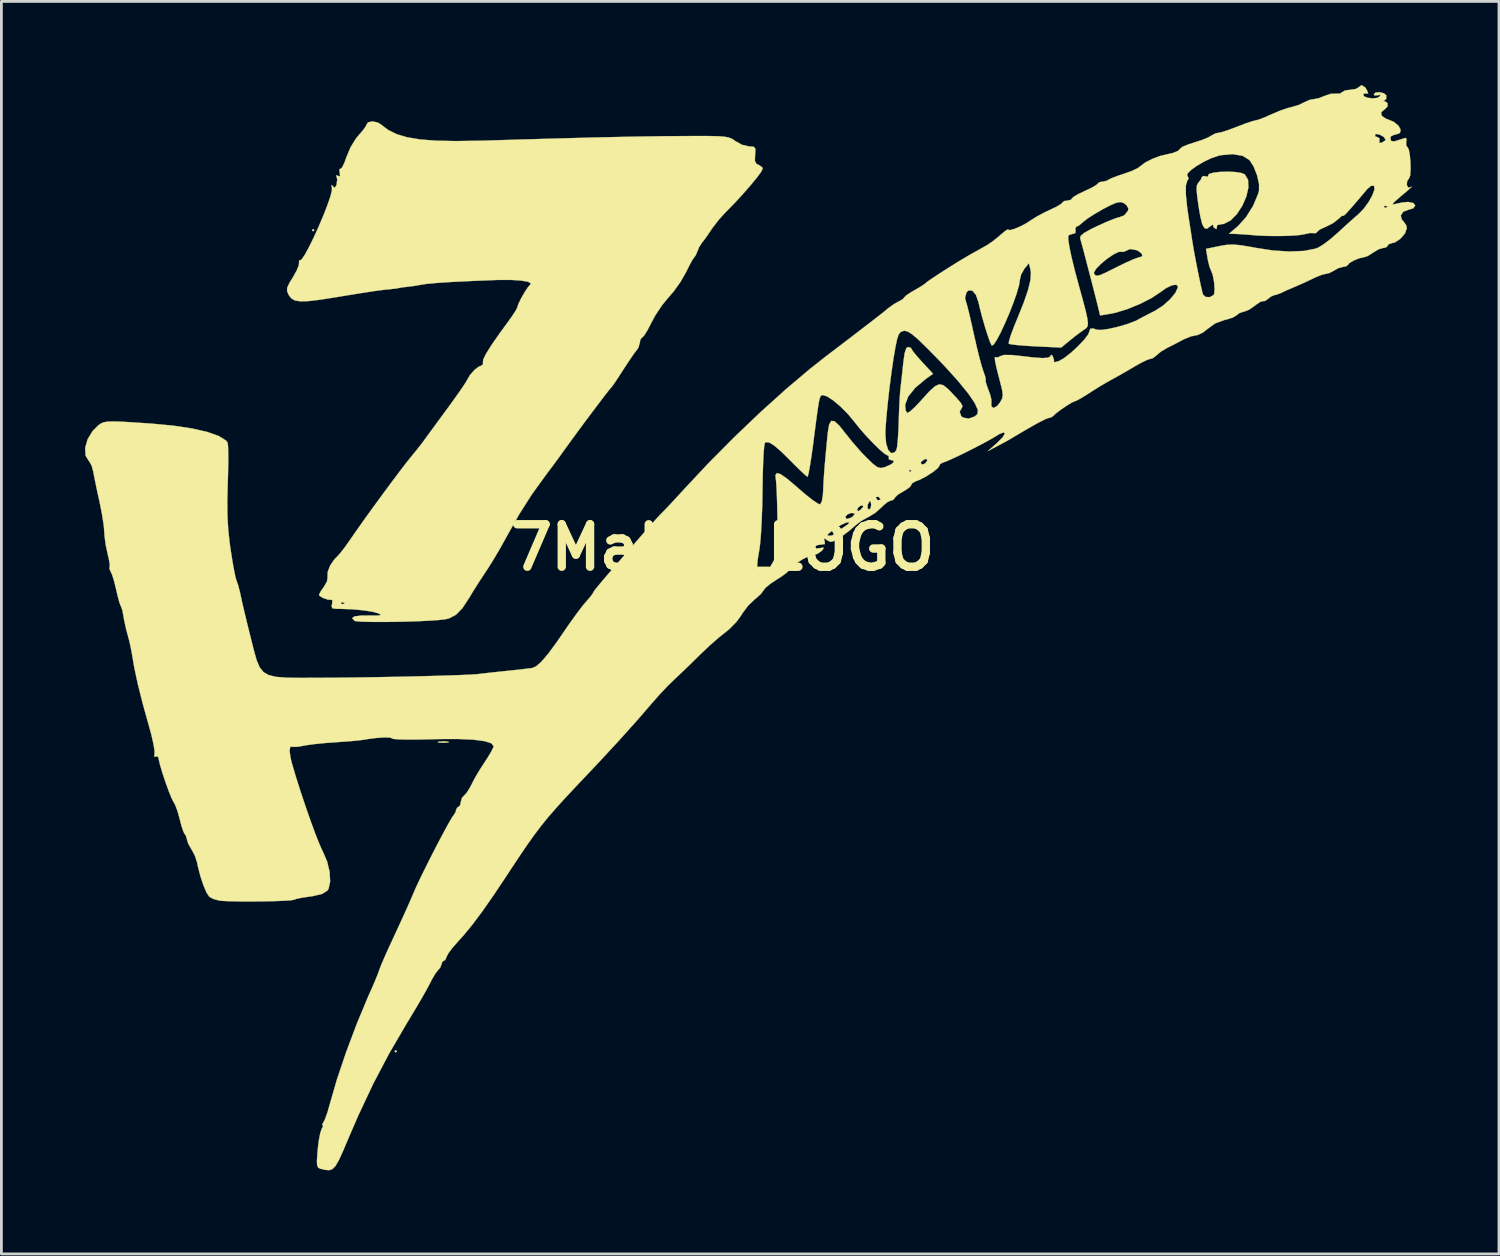
<source format=kicad_pcb>
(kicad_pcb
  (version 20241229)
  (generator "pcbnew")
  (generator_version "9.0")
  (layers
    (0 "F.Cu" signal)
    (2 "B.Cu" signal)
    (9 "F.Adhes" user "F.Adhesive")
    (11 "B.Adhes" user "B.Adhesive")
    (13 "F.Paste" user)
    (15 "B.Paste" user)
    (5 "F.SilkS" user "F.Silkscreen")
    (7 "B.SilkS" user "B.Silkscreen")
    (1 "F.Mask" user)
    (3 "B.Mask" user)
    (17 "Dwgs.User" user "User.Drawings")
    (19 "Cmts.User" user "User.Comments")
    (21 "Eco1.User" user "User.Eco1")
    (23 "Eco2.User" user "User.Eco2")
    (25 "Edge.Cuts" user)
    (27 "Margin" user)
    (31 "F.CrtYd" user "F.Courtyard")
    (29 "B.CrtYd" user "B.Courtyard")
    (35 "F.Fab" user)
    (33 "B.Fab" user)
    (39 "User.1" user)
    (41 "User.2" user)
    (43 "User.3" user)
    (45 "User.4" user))
  (footprint "7Maker_LOGO"
    (layer "F.Cu")
    (at 22.876 16.596)
    (property "Reference" "7Maker_LOGO" (at 0 0 0) (layer "F.SilkS") (effects (font (size 1.524 1.524) (thickness 0.3))))
    (attr through_hole)
    (fp_poly (pts (xy -14.647 -11.388) (xy -14.69 -11.345) (xy -14.732 -11.388) (xy -14.69 -11.43) (xy -14.647 -11.388)) (stroke (width 0.01) (type solid)) (fill yes) (layer "F.SilkS"))
    (fp_poly (pts (xy -11.684 18.076) (xy -11.726 18.119) (xy -11.769 18.076) (xy -11.726 18.034) (xy -11.684 18.076)) (stroke (width 0.01) (type solid)) (fill yes) (layer "F.SilkS"))
    (fp_poly (pts (xy -9.842 6.969) (xy -9.822 6.992) (xy -9.943 7.005) (xy -10.033 7.006) (xy -10.197 6.998) (xy -10.222 6.979) (xy -10.18 6.967) (xy -9.96 6.954) (xy -9.842 6.969)) (stroke (width 0.01) (type solid)) (fill yes) (layer "F.SilkS"))
    (fp_poly (pts (xy 18.402 -13.474) (xy 18.623 -13.438) (xy 18.741 -13.388) (xy 18.857 -13.191) (xy 18.868 -12.914) (xy 18.794 -12.592) (xy 18.651 -12.264) (xy 18.457 -11.967) (xy 18.231 -11.737) (xy 17.988 -11.612) (xy 17.89 -11.599) (xy 17.753 -11.571) (xy 17.738 -11.515) (xy 17.731 -11.437) (xy 17.7 -11.43) (xy 17.616 -11.496) (xy 17.611 -11.532) (xy 17.586 -11.591) (xy 17.509 -11.532) (xy 17.386 -11.441) (xy 17.291 -11.46) (xy 17.212 -11.603) (xy 17.142 -11.888) (xy 17.086 -12.213) (xy 17.032 -12.595) (xy 17.01 -12.845) (xy 17.021 -12.995) (xy 17.064 -13.078) (xy 17.076 -13.09) (xy 17.174 -13.222) (xy 17.187 -13.278) (xy 17.25 -13.333) (xy 17.328 -13.318) (xy 17.423 -13.307) (xy 17.421 -13.342) (xy 17.455 -13.404) (xy 17.613 -13.45) (xy 17.853 -13.478) (xy 18.131 -13.486) (xy 18.402 -13.474)) (stroke (width 0.01) (type solid)) (fill yes) (layer "F.SilkS"))
    (fp_poly (pts (xy -12.368 -15.249) (xy -12.248 -15.173) (xy -11.995 -14.981) (xy -11.69 -14.831) (xy -11.313 -14.719) (xy -10.848 -14.642) (xy -10.274 -14.598) (xy -9.573 -14.584) (xy -8.727 -14.596) (xy -8.561 -14.6) (xy -7.37 -14.636) (xy -6.329 -14.666) (xy -5.418 -14.691) (xy -4.619 -14.712) (xy -3.91 -14.728) (xy -3.274 -14.741) (xy -2.69 -14.751) (xy -2.139 -14.758) (xy -1.602 -14.762) (xy -1.522 -14.763) (xy -0.936 -14.766) (xy -0.495 -14.765) (xy -0.174 -14.758) (xy 0.052 -14.743) (xy 0.208 -14.716) (xy 0.318 -14.677) (xy 0.407 -14.623) (xy 0.458 -14.584) (xy 0.695 -14.452) (xy 0.939 -14.394) (xy 0.952 -14.393) (xy 1.116 -14.381) (xy 1.178 -14.309) (xy 1.173 -14.128) (xy 1.168 -14.085) (xy 1.161 -13.868) (xy 1.221 -13.763) (xy 1.286 -13.736) (xy 1.415 -13.653) (xy 1.439 -13.588) (xy 1.384 -13.48) (xy 1.236 -13.278) (xy 1.017 -13.012) (xy 0.753 -12.709) (xy 0.468 -12.397) (xy 0.185 -12.105) (xy 0.112 -12.033) (xy -0.127 -11.771) (xy -0.357 -11.473) (xy -0.408 -11.398) (xy -0.563 -11.169) (xy -0.694 -10.991) (xy -0.735 -10.943) (xy -0.842 -10.777) (xy -0.895 -10.646) (xy -0.965 -10.48) (xy -1.016 -10.414) (xy -1.082 -10.32) (xy -1.192 -10.118) (xy -1.31 -9.879) (xy -1.508 -9.531) (xy -1.764 -9.176) (xy -1.921 -8.996) (xy -2.167 -8.699) (xy -2.41 -8.335) (xy -2.553 -8.07) (xy -2.689 -7.805) (xy -2.807 -7.614) (xy -2.882 -7.536) (xy -2.885 -7.535) (xy -2.949 -7.465) (xy -2.963 -7.372) (xy -3.017 -7.175) (xy -3.07 -7.097) (xy -3.164 -6.976) (xy -3.318 -6.753) (xy -3.504 -6.472) (xy -3.555 -6.392) (xy -3.735 -6.114) (xy -3.882 -5.895) (xy -3.971 -5.771) (xy -3.983 -5.757) (xy -4.057 -5.671) (xy -4.21 -5.475) (xy -4.423 -5.196) (xy -4.675 -4.861) (xy -4.948 -4.497) (xy -5.219 -4.13) (xy -5.47 -3.788) (xy -5.68 -3.497) (xy -5.729 -3.429) (xy -5.906 -3.184) (xy -6.135 -2.874) (xy -6.354 -2.582) (xy -6.849 -1.896) (xy -7.289 -1.205) (xy -7.725 -0.433) (xy -7.744 -0.397) (xy -7.965 0.001) (xy -8.208 0.415) (xy -8.432 0.773) (xy -8.499 0.873) (xy -8.717 1.203) (xy -8.934 1.545) (xy -9.087 1.799) (xy -9.333 2.174) (xy -9.565 2.413) (xy -9.815 2.543) (xy -9.934 2.572) (xy -10.163 2.6) (xy -10.501 2.624) (xy -10.917 2.644) (xy -11.376 2.659) (xy -11.846 2.668) (xy -12.294 2.671) (xy -12.686 2.668) (xy -12.99 2.658) (xy -13.173 2.64) (xy -13.206 2.629) (xy -13.29 2.536) (xy -13.212 2.473) (xy -12.972 2.441) (xy -12.679 2.439) (xy -12.403 2.441) (xy -12.277 2.429) (xy -12.281 2.398) (xy -12.361 2.358) (xy -12.574 2.301) (xy -12.903 2.252) (xy -13.295 2.216) (xy -13.696 2.201) (xy -13.828 2.201) (xy -13.994 2.185) (xy -14.031 2.107) (xy -14.012 2.032) (xy -14.005 1.976) (xy -13.688 1.976) (xy -13.676 2.026) (xy -13.631 2.032) (xy -13.562 2.001) (xy -13.575 1.976) (xy -13.675 1.965) (xy -13.688 1.976) (xy -14.005 1.976) (xy -13.996 1.903) (xy -14.027 1.877) (xy -14.165 1.868) (xy -14.336 1.81) (xy -14.459 1.734) (xy -14.478 1.699) (xy -14.43 1.592) (xy -14.314 1.423) (xy -14.301 1.406) (xy -14.193 1.216) (xy -14.17 1.06) (xy -14.173 1.05) (xy -14.168 0.872) (xy -14.075 0.64) (xy -13.924 0.419) (xy -13.84 0.336) (xy -13.723 0.209) (xy -13.551 -0.013) (xy -13.36 -0.283) (xy -13.353 -0.293) (xy -13.127 -0.62) (xy -12.841 -1.024) (xy -12.517 -1.473) (xy -12.178 -1.936) (xy -11.849 -2.38) (xy -11.552 -2.775) (xy -11.311 -3.087) (xy -11.176 -3.255) (xy -10.976 -3.499) (xy -10.798 -3.726) (xy -10.732 -3.815) (xy -10.627 -3.959) (xy -10.446 -4.207) (xy -10.212 -4.526) (xy -9.949 -4.884) (xy -9.898 -4.953) (xy -9.643 -5.305) (xy -9.423 -5.615) (xy -9.26 -5.855) (xy -9.173 -5.996) (xy -9.166 -6.011) (xy -9.059 -6.195) (xy -8.898 -6.375) (xy -8.737 -6.497) (xy -8.666 -6.519) (xy -8.593 -6.579) (xy -8.6 -6.632) (xy -8.586 -6.749) (xy -8.482 -6.96) (xy -8.284 -7.275) (xy -7.986 -7.703) (xy -7.724 -8.061) (xy -7.547 -8.309) (xy -7.419 -8.505) (xy -7.366 -8.61) (xy -7.366 -8.612) (xy -7.324 -8.744) (xy -7.221 -8.953) (xy -7.092 -9.176) (xy -6.973 -9.353) (xy -6.914 -9.414) (xy -6.879 -9.483) (xy -6.992 -9.539) (xy -7.234 -9.58) (xy -7.582 -9.602) (xy -8.017 -9.602) (xy -8.128 -9.599) (xy -9.004 -9.564) (xy -9.712 -9.529) (xy -10.252 -9.494) (xy -10.625 -9.459) (xy -10.795 -9.433) (xy -11.079 -9.384) (xy -11.303 -9.356) (xy -11.497 -9.334) (xy -11.599 -9.315) (xy -11.704 -9.295) (xy -11.906 -9.272) (xy -11.94 -9.268) (xy -12.14 -9.248) (xy -12.364 -9.22) (xy -12.642 -9.18) (xy -13.005 -9.123) (xy -13.482 -9.046) (xy -13.928 -8.972) (xy -14.466 -8.888) (xy -14.865 -8.841) (xy -15.148 -8.833) (xy -15.342 -8.865) (xy -15.471 -8.938) (xy -15.561 -9.053) (xy -15.565 -9.061) (xy -15.625 -9.194) (xy -15.622 -9.319) (xy -15.544 -9.488) (xy -15.418 -9.694) (xy -15.281 -9.938) (xy -15.202 -10.137) (xy -15.195 -10.226) (xy -15.197 -10.302) (xy -15.169 -10.296) (xy -15.098 -10.343) (xy -14.981 -10.518) (xy -14.833 -10.792) (xy -14.665 -11.134) (xy -14.493 -11.513) (xy -14.328 -11.9) (xy -14.186 -12.263) (xy -14.078 -12.573) (xy -14.019 -12.8) (xy -14.015 -12.899) (xy -14.036 -13.011) (xy -13.991 -12.973) (xy -13.985 -12.964) (xy -13.913 -12.905) (xy -13.857 -12.996) (xy -13.847 -13.027) (xy -13.826 -13.213) (xy -13.851 -13.305) (xy -13.862 -13.363) (xy -13.8 -13.335) (xy -13.725 -13.32) (xy -13.734 -13.439) (xy -13.737 -13.449) (xy -13.748 -13.573) (xy -13.713 -13.587) (xy -13.652 -13.636) (xy -13.567 -13.809) (xy -13.492 -14.017) (xy -13.347 -14.362) (xy -13.153 -14.678) (xy -13.063 -14.787) (xy -12.9 -14.975) (xy -12.799 -15.117) (xy -12.785 -15.156) (xy -12.718 -15.258) (xy -12.558 -15.289) (xy -12.368 -15.249)) (stroke (width 0.01) (type solid)) (fill yes) (layer "F.SilkS"))
    (fp_poly (pts (xy 23.058 -16.51) (xy 23.119 -16.415) (xy 23.166 -16.295) (xy 23.128 -16.289) (xy 23.015 -16.289) (xy 22.992 -16.264) (xy 23.016 -16.19) (xy 23.148 -16.138) (xy 23.327 -16.116) (xy 23.493 -16.134) (xy 23.567 -16.175) (xy 23.613 -16.248) (xy 23.521 -16.231) (xy 23.516 -16.229) (xy 23.394 -16.221) (xy 23.368 -16.259) (xy 23.434 -16.327) (xy 23.581 -16.338) (xy 23.736 -16.296) (xy 23.82 -16.219) (xy 23.808 -16.09) (xy 23.765 -16.056) (xy 23.713 -16.019) (xy 23.77 -16.009) (xy 23.864 -15.945) (xy 23.859 -15.825) (xy 23.762 -15.723) (xy 23.749 -15.717) (xy 23.632 -15.616) (xy 23.654 -15.49) (xy 23.801 -15.386) (xy 23.855 -15.369) (xy 24.089 -15.272) (xy 24.253 -15.135) (xy 24.331 -14.992) (xy 24.306 -14.875) (xy 24.162 -14.818) (xy 24.125 -14.817) (xy 23.991 -14.762) (xy 23.961 -14.69) (xy 23.991 -14.588) (xy 24.104 -14.573) (xy 24.331 -14.643) (xy 24.347 -14.649) (xy 24.504 -14.697) (xy 24.547 -14.657) (xy 24.53 -14.569) (xy 24.531 -14.422) (xy 24.573 -14.373) (xy 24.624 -14.279) (xy 24.662 -14.072) (xy 24.684 -13.809) (xy 24.688 -13.546) (xy 24.671 -13.339) (xy 24.633 -13.247) (xy 24.565 -13.147) (xy 24.553 -13.015) (xy 24.594 -12.921) (xy 24.659 -12.92) (xy 24.728 -12.953) (xy 24.698 -12.913) (xy 24.559 -12.789) (xy 24.3 -12.571) (xy 24.299 -12.57) (xy 24.104 -12.399) (xy 24.039 -12.318) (xy 24.097 -12.314) (xy 24.13 -12.324) (xy 24.38 -12.38) (xy 24.596 -12.4) (xy 24.791 -12.36) (xy 24.855 -12.267) (xy 24.782 -12.17) (xy 24.624 -12.124) (xy 24.427 -12.05) (xy 24.335 -11.915) (xy 24.371 -11.768) (xy 24.422 -11.719) (xy 24.534 -11.558) (xy 24.553 -11.457) (xy 24.485 -11.268) (xy 24.321 -11.077) (xy 24.124 -10.946) (xy 24.019 -10.922) (xy 23.896 -10.881) (xy 23.876 -10.837) (xy 23.806 -10.767) (xy 23.718 -10.753) (xy 23.542 -10.702) (xy 23.345 -10.583) (xy 23.159 -10.464) (xy 23.013 -10.414) (xy 23.012 -10.414) (xy 22.849 -10.38) (xy 22.654 -10.301) (xy 22.495 -10.208) (xy 22.437 -10.139) (xy 22.366 -10.085) (xy 22.284 -10.075) (xy 22.096 -10.026) (xy 21.966 -9.951) (xy 21.78 -9.851) (xy 21.662 -9.824) (xy 21.501 -9.786) (xy 21.271 -9.693) (xy 21.196 -9.657) (xy 20.889 -9.51) (xy 20.568 -9.369) (xy 20.532 -9.354) (xy 20.284 -9.248) (xy 20.083 -9.156) (xy 20.046 -9.137) (xy 19.878 -9.071) (xy 19.807 -9.059) (xy 19.677 -9.005) (xy 19.587 -8.932) (xy 19.46 -8.845) (xy 19.398 -8.842) (xy 19.3 -8.817) (xy 19.137 -8.708) (xy 19.095 -8.674) (xy 18.898 -8.536) (xy 18.728 -8.468) (xy 18.709 -8.467) (xy 18.531 -8.406) (xy 18.463 -8.346) (xy 18.319 -8.255) (xy 18.087 -8.181) (xy 18.023 -8.169) (xy 17.674 -8.041) (xy 17.433 -7.866) (xy 17.228 -7.708) (xy 17.034 -7.621) (xy 16.994 -7.616) (xy 16.797 -7.573) (xy 16.554 -7.473) (xy 16.51 -7.45) (xy 16.237 -7.305) (xy 15.972 -7.172) (xy 15.953 -7.162) (xy 15.738 -7.036) (xy 15.584 -6.907) (xy 15.583 -6.905) (xy 15.44 -6.795) (xy 15.36 -6.773) (xy 15.232 -6.732) (xy 15.012 -6.625) (xy 14.799 -6.505) (xy 14.499 -6.328) (xy 14.206 -6.161) (xy 14.055 -6.077) (xy 13.792 -5.932) (xy 13.554 -5.792) (xy 13.276 -5.618) (xy 13.062 -5.48) (xy 12.844 -5.347) (xy 12.686 -5.264) (xy 12.643 -5.249) (xy 12.537 -5.204) (xy 12.352 -5.091) (xy 12.143 -4.949) (xy 11.964 -4.814) (xy 11.87 -4.725) (xy 11.867 -4.72) (xy 11.77 -4.661) (xy 11.728 -4.657) (xy 11.593 -4.611) (xy 11.327 -4.476) (xy 10.938 -4.257) (xy 10.435 -3.96) (xy 10.329 -3.896) (xy 10.178 -3.81) (xy 9.95 -3.687) (xy 9.864 -3.641) (xy 9.525 -3.464) (xy 9.859 -3.761) (xy 10.051 -3.956) (xy 10.128 -4.086) (xy 10.092 -4.132) (xy 9.943 -4.077) (xy 9.845 -4.017) (xy 9.638 -3.893) (xy 9.347 -3.734) (xy 9.01 -3.559) (xy 8.662 -3.384) (xy 8.34 -3.23) (xy 8.081 -3.113) (xy 7.922 -3.052) (xy 7.897 -3.048) (xy 7.797 -2.983) (xy 7.789 -2.942) (xy 7.72 -2.844) (xy 7.546 -2.706) (xy 7.317 -2.558) (xy 7.08 -2.433) (xy 6.917 -2.371) (xy 6.795 -2.3) (xy 6.776 -2.25) (xy 6.716 -2.165) (xy 6.551 -2.051) (xy 6.485 -2.015) (xy 6.293 -1.898) (xy 6.188 -1.797) (xy 6.181 -1.776) (xy 6.112 -1.703) (xy 6.054 -1.693) (xy 5.92 -1.634) (xy 5.747 -1.488) (xy 5.708 -1.446) (xy 5.486 -1.248) (xy 5.24 -1.098) (xy 5.22 -1.089) (xy 4.964 -0.947) (xy 4.755 -0.782) (xy 4.556 -0.609) (xy 4.302 -0.418) (xy 4.226 -0.366) (xy 4.013 -0.238) (xy 3.88 -0.202) (xy 3.773 -0.248) (xy 3.752 -0.264) (xy 3.65 -0.336) (xy 3.646 -0.284) (xy 3.664 -0.234) (xy 3.671 -0.124) (xy 3.548 -0.107) (xy 3.541 -0.107) (xy 3.383 -0.083) (xy 3.328 -0.028) (xy 3.36 0.036) (xy 3.488 0.021) (xy 3.621 -0.003) (xy 3.614 0.051) (xy 3.567 0.112) (xy 3.401 0.229) (xy 3.29 0.254) (xy 3.117 0.301) (xy 2.882 0.417) (xy 2.645 0.566) (xy 2.466 0.712) (xy 2.406 0.792) (xy 2.315 0.892) (xy 2.122 1.036) (xy 1.945 1.149) (xy 1.708 1.306) (xy 1.537 1.45) (xy 1.481 1.524) (xy 1.387 1.653) (xy 1.211 1.816) (xy 1.152 1.861) (xy 0.926 2.077) (xy 0.722 2.348) (xy 0.684 2.412) (xy 0.506 2.66) (xy 0.254 2.918) (xy 0.102 3.042) (xy -0.146 3.24) (xy -0.456 3.511) (xy -0.769 3.806) (xy -0.853 3.888) (xy -1.148 4.179) (xy -1.442 4.463) (xy -1.685 4.692) (xy -1.742 4.745) (xy -1.971 4.968) (xy -2.245 5.258) (xy -2.489 5.534) (xy -3.062 6.197) (xy -3.715 6.925) (xy -4.403 7.668) (xy -4.642 7.922) (xy -5.167 8.476) (xy -5.596 8.933) (xy -5.948 9.32) (xy -6.246 9.662) (xy -6.509 9.986) (xy -6.759 10.316) (xy -7.017 10.679) (xy -7.302 11.1) (xy -7.637 11.606) (xy -7.763 11.798) (xy -8.227 12.493) (xy -8.624 13.061) (xy -8.971 13.525) (xy -9.284 13.906) (xy -9.482 14.125) (xy -9.69 14.361) (xy -9.841 14.563) (xy -9.905 14.69) (xy -9.906 14.696) (xy -9.954 14.805) (xy -9.991 14.817) (xy -10.068 14.884) (xy -10.075 14.933) (xy -10.135 15.084) (xy -10.195 15.149) (xy -10.303 15.284) (xy -10.433 15.506) (xy -10.484 15.608) (xy -10.588 15.808) (xy -10.762 16.116) (xy -10.983 16.495) (xy -11.231 16.909) (xy -11.333 17.077) (xy -11.962 18.153) (xy -12.533 19.238) (xy -13.076 20.392) (xy -13.42 21.188) (xy -13.615 21.65) (xy -13.764 21.976) (xy -13.885 22.187) (xy -13.996 22.302) (xy -14.117 22.343) (xy -14.265 22.33) (xy -14.425 22.292) (xy -14.505 22.256) (xy -14.546 22.175) (xy -14.555 22.013) (xy -14.537 21.732) (xy -14.526 21.605) (xy -14.487 21.28) (xy -14.436 21.016) (xy -14.385 20.862) (xy -14.378 20.852) (xy -14.331 20.76) (xy -14.351 20.743) (xy -14.363 20.693) (xy -14.327 20.637) (xy -14.26 20.503) (xy -14.175 20.261) (xy -14.107 20.024) (xy -13.846 19.117) (xy -13.513 18.126) (xy -13.13 17.105) (xy -12.717 16.112) (xy -12.592 15.833) (xy -12.466 15.543) (xy -12.363 15.286) (xy -12.318 15.161) (xy -12.257 14.999) (xy -12.141 14.727) (xy -11.99 14.389) (xy -11.877 14.145) (xy -11.572 13.486) (xy -11.325 12.943) (xy -11.145 12.531) (xy -11.091 12.404) (xy -10.978 12.147) (xy -10.818 11.809) (xy -10.626 11.419) (xy -10.417 11.005) (xy -10.206 10.596) (xy -10.007 10.221) (xy -9.836 9.908) (xy -9.707 9.686) (xy -9.635 9.584) (xy -9.631 9.581) (xy -9.573 9.484) (xy -9.567 9.433) (xy -9.519 9.325) (xy -9.483 9.313) (xy -9.413 9.243) (xy -9.398 9.148) (xy -9.347 8.978) (xy -9.288 8.915) (xy -9.18 8.799) (xy -9.055 8.598) (xy -9.031 8.551) (xy -8.923 8.339) (xy -8.814 8.144) (xy -8.674 7.916) (xy -8.471 7.603) (xy -8.445 7.564) (xy -8.311 7.344) (xy -8.227 7.178) (xy -8.213 7.129) (xy -8.295 7.025) (xy -8.539 6.947) (xy -8.937 6.895) (xy -9.484 6.87) (xy -10.172 6.872) (xy -10.418 6.879) (xy -10.89 6.889) (xy -11.296 6.891) (xy -11.61 6.884) (xy -11.803 6.869) (xy -11.853 6.851) (xy -11.93 6.819) (xy -12.13 6.813) (xy -12.411 6.832) (xy -12.73 6.873) (xy -12.869 6.897) (xy -13.046 6.92) (xy -13.341 6.948) (xy -13.703 6.975) (xy -13.884 6.987) (xy -14.281 7.017) (xy -14.654 7.055) (xy -14.942 7.095) (xy -15.022 7.111) (xy -15.248 7.15) (xy -15.399 7.154) (xy -15.42 7.148) (xy -15.51 7.149) (xy -15.536 7.29) (xy -15.499 7.555) (xy -15.446 7.765) (xy -15.301 8.254) (xy -15.131 8.786) (xy -14.95 9.327) (xy -14.769 9.843) (xy -14.6 10.301) (xy -14.454 10.667) (xy -14.344 10.908) (xy -14.336 10.922) (xy -14.186 11.272) (xy -14.099 11.642) (xy -14.08 11.982) (xy -14.135 12.243) (xy -14.173 12.306) (xy -14.37 12.431) (xy -14.726 12.513) (xy -14.79 12.521) (xy -15.074 12.562) (xy -15.293 12.608) (xy -15.379 12.639) (xy -15.492 12.659) (xy -15.738 12.675) (xy -16.08 12.688) (xy -16.482 12.697) (xy -16.907 12.7) (xy -17.318 12.699) (xy -17.679 12.692) (xy -17.953 12.68) (xy -18.053 12.67) (xy -18.276 12.608) (xy -18.413 12.532) (xy -18.513 12.385) (xy -18.627 12.12) (xy -18.738 11.785) (xy -18.828 11.431) (xy -18.853 11.305) (xy -18.937 11.047) (xy -19.058 10.826) (xy -19.171 10.629) (xy -19.219 10.471) (xy -19.219 10.469) (xy -19.259 10.328) (xy -19.29 10.296) (xy -19.345 10.196) (xy -19.416 9.981) (xy -19.473 9.762) (xy -19.552 9.474) (xy -19.637 9.242) (xy -19.691 9.144) (xy -19.763 9.008) (xy -19.865 8.759) (xy -19.979 8.445) (xy -20.089 8.116) (xy -20.178 7.821) (xy -20.229 7.609) (xy -20.235 7.554) (xy -20.286 7.485) (xy -20.334 7.502) (xy -20.398 7.506) (xy -20.38 7.425) (xy -20.38 7.288) (xy -20.423 7.032) (xy -20.5 6.698) (xy -20.566 6.458) (xy -20.805 5.599) (xy -20.985 4.883) (xy -21.11 4.297) (xy -21.164 3.979) (xy -21.221 3.652) (xy -21.289 3.342) (xy -21.323 3.217) (xy -21.404 2.916) (xy -21.467 2.625) (xy -21.508 2.402) (xy -21.535 2.253) (xy -21.537 2.244) (xy -21.593 2.093) (xy -21.604 2.074) (xy -21.648 1.951) (xy -21.71 1.717) (xy -21.764 1.482) (xy -21.835 1.193) (xy -21.907 0.965) (xy -21.955 0.866) (xy -22.004 0.748) (xy -21.992 0.713) (xy -21.987 0.612) (xy -22.022 0.403) (xy -22.064 0.228) (xy -22.134 -0.101) (xy -22.177 -0.428) (xy -22.183 -0.55) (xy -22.203 -0.789) (xy -22.255 -1.13) (xy -22.328 -1.514) (xy -22.357 -1.651) (xy -22.44 -2.029) (xy -22.513 -2.379) (xy -22.565 -2.644) (xy -22.576 -2.709) (xy -22.635 -2.933) (xy -22.718 -3.082) (xy -22.727 -3.09) (xy -22.856 -3.295) (xy -22.871 -3.573) (xy -22.783 -3.882) (xy -22.603 -4.181) (xy -22.4 -4.383) (xy -22.316 -4.444) (xy -22.226 -4.487) (xy -22.104 -4.513) (xy -21.925 -4.524) (xy -21.665 -4.519) (xy -21.298 -4.5) (xy -20.801 -4.467) (xy -20.489 -4.446) (xy -19.712 -4.373) (xy -19.043 -4.273) (xy -18.496 -4.149) (xy -18.084 -4.005) (xy -17.822 -3.843) (xy -17.763 -3.775) (xy -17.745 -3.663) (xy -17.736 -3.414) (xy -17.736 -3.056) (xy -17.744 -2.623) (xy -17.753 -2.33) (xy -17.77 -1.675) (xy -17.765 -1.13) (xy -17.736 -0.637) (xy -17.681 -0.138) (xy -17.656 0.042) (xy -17.593 0.448) (xy -17.531 0.8) (xy -17.478 1.059) (xy -17.44 1.187) (xy -17.384 1.343) (xy -17.318 1.593) (xy -17.287 1.738) (xy -17.234 1.981) (xy -17.15 2.341) (xy -17.046 2.773) (xy -16.932 3.229) (xy -16.919 3.283) (xy -16.81 3.715) (xy -16.715 4.048) (xy -16.611 4.294) (xy -16.475 4.466) (xy -16.284 4.578) (xy -16.017 4.641) (xy -15.649 4.67) (xy -15.16 4.677) (xy -14.525 4.675) (xy -14.478 4.675) (xy -13.881 4.671) (xy -13.226 4.664) (xy -12.538 4.654) (xy -11.841 4.641) (xy -11.159 4.627) (xy -10.516 4.611) (xy -9.936 4.594) (xy -9.443 4.578) (xy -9.062 4.561) (xy -8.817 4.546) (xy -8.763 4.54) (xy -8.556 4.515) (xy -8.243 4.48) (xy -7.887 4.442) (xy -7.832 4.437) (xy -7.504 4.403) (xy -7.24 4.374) (xy -7.085 4.355) (xy -7.07 4.353) (xy -6.913 4.333) (xy -6.848 4.328) (xy -6.698 4.269) (xy -6.507 4.105) (xy -6.264 3.822) (xy -5.96 3.41) (xy -5.718 3.058) (xy -5.472 2.702) (xy -5.233 2.371) (xy -5.033 2.107) (xy -4.92 1.972) (xy -4.761 1.788) (xy -4.658 1.651) (xy -4.644 1.624) (xy -4.623 1.583) (xy -4.575 1.515) (xy -4.488 1.406) (xy -4.35 1.24) (xy -4.148 1.003) (xy -3.932 0.752) (xy 1.235 0.752) (xy 1.251 0.954) (xy 1.263 0.987) (xy 1.338 0.98) (xy 1.428 0.959) (xy 1.562 0.864) (xy 1.719 0.673) (xy 1.787 0.565) (xy 1.867 0.416) (xy 1.922 0.272) (xy 1.956 0.098) (xy 1.973 -0.138) (xy 1.976 -0.43) (xy 3.77 -0.43) (xy 3.879 -0.423) (xy 4.054 -0.473) (xy 4.123 -0.538) (xy 4.247 -0.664) (xy 4.389 -0.756) (xy 4.52 -0.846) (xy 4.544 -0.903) (xy 4.441 -0.898) (xy 4.248 -0.809) (xy 4.009 -0.658) (xy 3.904 -0.58) (xy 3.772 -0.471) (xy 3.77 -0.43) (xy 1.976 -0.43) (xy 1.977 -0.471) (xy 1.972 -0.934) (xy 1.971 -1.016) (xy 1.97 -1.092) (xy 4.403 -1.092) (xy 4.458 -1.021) (xy 4.614 -1.073) (xy 4.654 -1.097) (xy 4.737 -1.187) (xy 4.73 -1.225) (xy 4.617 -1.241) (xy 4.476 -1.185) (xy 4.403 -1.095) (xy 4.403 -1.092) (xy 1.97 -1.092) (xy 1.964 -1.339) (xy 4.826 -1.339) (xy 4.874 -1.305) (xy 4.955 -1.356) (xy 4.999 -1.407) (xy 5.205 -1.407) (xy 5.257 -1.355) (xy 5.318 -1.426) (xy 5.334 -1.538) (xy 5.312 -1.658) (xy 5.275 -1.663) (xy 5.209 -1.538) (xy 5.205 -1.407) (xy 4.999 -1.407) (xy 5.044 -1.46) (xy 5.045 -1.502) (xy 4.951 -1.504) (xy 4.854 -1.419) (xy 4.826 -1.339) (xy 1.964 -1.339) (xy 1.962 -1.469) (xy 1.949 -1.872) (xy 1.935 -2.189) (xy 1.92 -2.386) (xy 1.915 -2.42) (xy 1.898 -2.601) (xy 1.952 -2.673) (xy 2.087 -2.63) (xy 2.315 -2.471) (xy 2.646 -2.191) (xy 2.696 -2.146) (xy 2.987 -1.896) (xy 3.238 -1.699) (xy 3.421 -1.576) (xy 3.5 -1.548) (xy 3.56 -1.646) (xy 3.585 -1.783) (xy 5.503 -1.783) (xy 5.565 -1.697) (xy 5.588 -1.693) (xy 5.67 -1.722) (xy 5.673 -1.731) (xy 5.613 -1.803) (xy 5.588 -1.82) (xy 5.51 -1.814) (xy 5.503 -1.783) (xy 3.585 -1.783) (xy 3.599 -1.859) (xy 3.608 -1.997) (xy 3.627 -2.405) (xy 3.652 -2.752) (xy 6.689 -2.752) (xy 6.731 -2.709) (xy 6.773 -2.752) (xy 6.731 -2.794) (xy 6.689 -2.752) (xy 3.652 -2.752) (xy 3.668 -2.967) (xy 3.734 -3.688) (xy 3.777 -4.128) (xy 3.824 -4.41) (xy 3.901 -4.544) (xy 4.021 -4.53) (xy 4.196 -4.367) (xy 4.405 -4.103) (xy 4.665 -3.777) (xy 4.969 -3.43) (xy 5.171 -3.219) (xy 5.398 -3.002) (xy 5.55 -2.887) (xy 5.672 -2.853) (xy 5.805 -2.879) (xy 5.844 -2.892) (xy 6.046 -2.983) (xy 6.104 -3.032) (xy 7.112 -3.032) (xy 7.162 -2.976) (xy 7.263 -3.011) (xy 7.344 -3.11) (xy 7.347 -3.117) (xy 7.32 -3.181) (xy 7.246 -3.166) (xy 7.13 -3.079) (xy 7.112 -3.032) (xy 6.104 -3.032) (xy 6.146 -3.068) (xy 6.124 -3.124) (xy 6.054 -3.133) (xy 5.962 -3.172) (xy 5.969 -3.217) (xy 5.958 -3.295) (xy 5.924 -3.302) (xy 5.818 -3.362) (xy 5.633 -3.52) (xy 5.4 -3.747) (xy 5.151 -4.011) (xy 5.107 -4.06) (xy 5.842 -4.06) (xy 5.869 -3.738) (xy 5.942 -3.507) (xy 6.044 -3.389) (xy 6.162 -3.405) (xy 6.235 -3.491) (xy 6.264 -3.615) (xy 6.29 -3.868) (xy 6.311 -4.209) (xy 6.321 -4.486) (xy 6.334 -4.899) (xy 6.352 -5.286) (xy 6.373 -5.592) (xy 6.385 -5.715) (xy 6.417 -5.983) (xy 6.455 -6.335) (xy 6.485 -6.625) (xy 6.532 -6.964) (xy 6.592 -7.15) (xy 6.657 -7.197) (xy 6.764 -7.159) (xy 6.776 -7.133) (xy 6.831 -7.043) (xy 6.972 -6.869) (xy 7.166 -6.652) (xy 7.554 -6.234) (xy 7.312 -6.063) (xy 6.922 -5.74) (xy 6.665 -5.424) (xy 6.555 -5.133) (xy 6.553 -5.096) (xy 6.572 -4.911) (xy 6.631 -4.828) (xy 6.637 -4.827) (xy 6.735 -4.887) (xy 6.907 -5.045) (xy 7.116 -5.267) (xy 7.138 -5.292) (xy 7.417 -5.6) (xy 7.62 -5.784) (xy 7.778 -5.857) (xy 7.92 -5.826) (xy 8.075 -5.704) (xy 8.143 -5.637) (xy 8.4 -5.365) (xy 8.551 -5.187) (xy 8.609 -5.078) (xy 8.591 -5.016) (xy 8.581 -5.008) (xy 8.509 -4.873) (xy 8.561 -4.719) (xy 8.624 -4.664) (xy 8.827 -4.625) (xy 9.047 -4.701) (xy 9.148 -4.789) (xy 9.162 -4.936) (xy 9.05 -5.185) (xy 8.815 -5.529) (xy 8.463 -5.961) (xy 7.999 -6.477) (xy 7.661 -6.829) (xy 7.286 -7.209) (xy 7.005 -7.479) (xy 6.8 -7.653) (xy 6.651 -7.747) (xy 6.542 -7.777) (xy 6.51 -7.776) (xy 6.396 -7.739) (xy 6.319 -7.643) (xy 6.257 -7.449) (xy 6.205 -7.197) (xy 6.131 -6.766) (xy 6.057 -6.253) (xy 5.986 -5.702) (xy 5.925 -5.157) (xy 5.877 -4.661) (xy 5.848 -4.258) (xy 5.842 -4.06) (xy 5.107 -4.06) (xy 4.914 -4.281) (xy 4.754 -4.483) (xy 4.506 -4.782) (xy 4.236 -5.055) (xy 3.973 -5.277) (xy 3.748 -5.425) (xy 3.59 -5.472) (xy 3.559 -5.463) (xy 3.528 -5.439) (xy 3.501 -5.396) (xy 3.475 -5.31) (xy 3.446 -5.161) (xy 3.41 -4.926) (xy 3.363 -4.582) (xy 3.301 -4.108) (xy 3.25 -3.704) (xy 3.192 -3.284) (xy 3.137 -2.931) (xy 3.09 -2.676) (xy 3.057 -2.549) (xy 3.049 -2.54) (xy 2.972 -2.597) (xy 2.807 -2.749) (xy 2.582 -2.969) (xy 2.455 -3.097) (xy 2.11 -3.438) (xy 1.855 -3.659) (xy 1.676 -3.769) (xy 1.558 -3.78) (xy 1.519 -3.754) (xy 1.497 -3.651) (xy 1.475 -3.406) (xy 1.457 -3.046) (xy 1.443 -2.598) (xy 1.434 -2.09) (xy 1.434 -2.043) (xy 1.424 -1.494) (xy 1.405 -0.967) (xy 1.379 -0.5) (xy 1.348 -0.13) (xy 1.317 0.095) (xy 1.258 0.45) (xy 1.235 0.752) (xy -3.932 0.752) (xy -3.869 0.679) (xy -3.502 0.254) (xy -3.135 -0.169) (xy -2.833 -0.516) (xy -2.564 -0.82) (xy -2.35 -1.059) (xy -2.214 -1.205) (xy -2.183 -1.236) (xy -2.085 -1.333) (xy -1.901 -1.527) (xy -1.658 -1.789) (xy -1.397 -2.074) (xy -0.517 -3.014) (xy 0.406 -3.945) (xy 1.342 -4.839) (xy 2.261 -5.669) (xy 3.134 -6.407) (xy 3.683 -6.84) (xy 4.316 -7.322) (xy 4.825 -7.711) (xy 5.224 -8.018) (xy 5.525 -8.25) (xy 5.741 -8.419) (xy 5.882 -8.533) (xy 5.951 -8.592) (xy 6.151 -8.735) (xy 6.311 -8.822) (xy 6.465 -8.91) (xy 6.504 -8.955) (xy 8.701 -8.955) (xy 8.726 -8.852) (xy 8.771 -8.704) (xy 8.841 -8.429) (xy 8.926 -8.067) (xy 9.016 -7.662) (xy 9.112 -7.235) (xy 9.21 -6.837) (xy 9.297 -6.516) (xy 9.357 -6.329) (xy 9.426 -6.131) (xy 9.446 -6.02) (xy 9.44 -6.011) (xy 9.443 -5.942) (xy 9.498 -5.768) (xy 9.53 -5.685) (xy 9.609 -5.463) (xy 9.646 -5.308) (xy 9.646 -5.283) (xy 9.644 -5.075) (xy 9.721 -5.004) (xy 9.853 -5.078) (xy 9.958 -5.21) (xy 10.031 -5.34) (xy 10.056 -5.469) (xy 10.033 -5.65) (xy 9.961 -5.938) (xy 9.958 -5.951) (xy 9.843 -6.396) (xy 9.78 -6.685) (xy 9.768 -6.824) (xy 9.795 -6.828) (xy 9.895 -6.827) (xy 9.957 -6.865) (xy 10.103 -6.91) (xy 10.385 -6.907) (xy 10.685 -6.875) (xy 11.154 -6.82) (xy 11.476 -6.798) (xy 11.672 -6.809) (xy 11.76 -6.854) (xy 11.77 -6.888) (xy 11.804 -6.916) (xy 11.849 -6.862) (xy 11.896 -6.721) (xy 11.885 -6.672) (xy 11.921 -6.65) (xy 12.066 -6.689) (xy 12.071 -6.691) (xy 12.261 -6.8) (xy 12.5 -6.988) (xy 12.748 -7.215) (xy 12.966 -7.444) (xy 13.114 -7.638) (xy 13.155 -7.73) (xy 13.193 -7.848) (xy 13.292 -7.862) (xy 13.435 -7.814) (xy 13.596 -7.807) (xy 13.864 -7.846) (xy 14.187 -7.92) (xy 14.513 -8.015) (xy 14.79 -8.119) (xy 14.891 -8.168) (xy 15.098 -8.279) (xy 15.375 -8.423) (xy 15.521 -8.497) (xy 15.802 -8.676) (xy 16.057 -8.903) (xy 16.249 -9.137) (xy 16.339 -9.336) (xy 16.341 -9.364) (xy 16.28 -9.432) (xy 16.124 -9.408) (xy 15.911 -9.306) (xy 15.706 -9.16) (xy 15.398 -8.954) (xy 14.986 -8.744) (xy 14.536 -8.559) (xy 14.109 -8.427) (xy 13.971 -8.398) (xy 13.731 -8.356) (xy 13.577 -8.332) (xy 13.546 -8.33) (xy 13.525 -8.425) (xy 13.47 -8.651) (xy 13.389 -8.973) (xy 13.291 -9.357) (xy 13.184 -9.771) (xy 13.159 -9.868) (xy 13.326 -9.868) (xy 13.331 -9.828) (xy 13.376 -9.77) (xy 13.44 -9.75) (xy 13.553 -9.778) (xy 13.745 -9.863) (xy 14.048 -10.013) (xy 14.173 -10.076) (xy 14.486 -10.228) (xy 14.75 -10.345) (xy 14.922 -10.408) (xy 14.956 -10.414) (xy 15.063 -10.453) (xy 15.044 -10.542) (xy 14.916 -10.642) (xy 14.849 -10.672) (xy 14.623 -10.711) (xy 14.514 -10.663) (xy 14.38 -10.604) (xy 14.327 -10.615) (xy 14.205 -10.605) (xy 14.012 -10.507) (xy 13.788 -10.353) (xy 13.573 -10.174) (xy 13.405 -10.002) (xy 13.326 -9.868) (xy 13.159 -9.868) (xy 13.078 -10.179) (xy 12.981 -10.55) (xy 12.901 -10.848) (xy 12.848 -11.041) (xy 12.832 -11.094) (xy 12.848 -11.179) (xy 12.97 -11.285) (xy 13.22 -11.425) (xy 13.455 -11.538) (xy 13.772 -11.681) (xy 14.038 -11.789) (xy 14.212 -11.848) (xy 14.245 -11.853) (xy 14.419 -11.922) (xy 14.544 -12.078) (xy 14.563 -12.164) (xy 14.496 -12.284) (xy 14.392 -12.362) (xy 14.274 -12.396) (xy 14.121 -12.369) (xy 13.892 -12.269) (xy 13.651 -12.143) (xy 13.353 -11.97) (xy 13.098 -11.806) (xy 12.938 -11.682) (xy 12.93 -11.673) (xy 12.787 -11.553) (xy 12.699 -11.515) (xy 12.656 -11.452) (xy 12.669 -11.388) (xy 12.656 -11.279) (xy 12.587 -11.261) (xy 12.442 -11.217) (xy 12.409 -11.184) (xy 12.404 -11.06) (xy 12.443 -10.796) (xy 12.523 -10.416) (xy 12.639 -9.942) (xy 12.785 -9.398) (xy 12.929 -8.877) (xy 13.029 -8.495) (xy 13.088 -8.228) (xy 13.11 -8.052) (xy 13.098 -7.942) (xy 13.056 -7.876) (xy 13.005 -7.84) (xy 12.85 -7.733) (xy 12.629 -7.565) (xy 12.499 -7.461) (xy 12.15 -7.175) (xy 11.235 -7.218) (xy 10.858 -7.24) (xy 10.547 -7.267) (xy 10.337 -7.294) (xy 10.269 -7.313) (xy 10.279 -7.408) (xy 10.345 -7.622) (xy 10.457 -7.923) (xy 10.567 -8.191) (xy 10.806 -8.783) (xy 10.965 -9.248) (xy 11.05 -9.605) (xy 11.065 -9.873) (xy 11.048 -9.981) (xy 10.992 -10.202) (xy 10.83 -10.002) (xy 10.711 -9.791) (xy 10.668 -9.603) (xy 10.638 -9.41) (xy 10.557 -9.127) (xy 10.438 -8.786) (xy 10.294 -8.418) (xy 10.138 -8.053) (xy 9.984 -7.723) (xy 9.844 -7.457) (xy 9.733 -7.288) (xy 9.662 -7.244) (xy 9.659 -7.248) (xy 9.602 -7.365) (xy 9.517 -7.602) (xy 9.418 -7.915) (xy 9.318 -8.26) (xy 9.231 -8.594) (xy 9.183 -8.804) (xy 9.093 -9.064) (xy 8.968 -9.213) (xy 8.834 -9.229) (xy 8.754 -9.16) (xy 8.701 -8.955) (xy 6.504 -8.955) (xy 6.519 -8.973) (xy 6.587 -9.042) (xy 6.758 -9.158) (xy 6.879 -9.228) (xy 7.098 -9.355) (xy 7.248 -9.454) (xy 7.281 -9.482) (xy 7.374 -9.557) (xy 7.577 -9.695) (xy 7.853 -9.876) (xy 8.168 -10.077) (xy 8.486 -10.274) (xy 8.771 -10.444) (xy 8.906 -10.522) (xy 9.173 -10.671) (xy 9.411 -10.805) (xy 9.489 -10.849) (xy 9.685 -10.981) (xy 9.915 -11.165) (xy 9.97 -11.214) (xy 10.134 -11.352) (xy 10.232 -11.414) (xy 10.245 -11.409) (xy 10.31 -11.388) (xy 10.476 -11.434) (xy 10.694 -11.526) (xy 10.917 -11.645) (xy 11.049 -11.733) (xy 11.276 -11.877) (xy 11.576 -12.036) (xy 11.748 -12.116) (xy 11.988 -12.231) (xy 12.15 -12.33) (xy 12.192 -12.377) (xy 12.263 -12.433) (xy 12.361 -12.446) (xy 12.499 -12.476) (xy 12.531 -12.519) (xy 12.602 -12.588) (xy 12.742 -12.668) (xy 16.624 -12.668) (xy 16.672 -12.199) (xy 16.722 -11.853) (xy 16.752 -11.663) (xy 16.798 -11.369) (xy 16.846 -11.049) (xy 16.902 -10.712) (xy 16.977 -10.304) (xy 17.061 -9.878) (xy 17.142 -9.486) (xy 17.211 -9.182) (xy 17.237 -9.081) (xy 17.333 -8.991) (xy 17.488 -8.985) (xy 17.618 -9.059) (xy 17.639 -9.097) (xy 17.657 -9.27) (xy 17.638 -9.523) (xy 17.59 -9.775) (xy 17.528 -9.943) (xy 17.524 -9.948) (xy 17.471 -10.081) (xy 17.416 -10.306) (xy 17.404 -10.374) (xy 17.348 -10.716) (xy 17.826 -10.816) (xy 18.081 -10.86) (xy 18.322 -10.871) (xy 18.6 -10.846) (xy 18.97 -10.784) (xy 19.137 -10.752) (xy 19.762 -10.657) (xy 20.351 -10.621) (xy 20.866 -10.643) (xy 21.27 -10.723) (xy 21.378 -10.764) (xy 21.567 -10.88) (xy 21.822 -11.074) (xy 22.088 -11.306) (xy 22.098 -11.315) (xy 22.367 -11.563) (xy 22.626 -11.795) (xy 22.818 -11.961) (xy 23.009 -12.157) (xy 23.075 -12.248) (xy 23.735 -12.248) (xy 23.747 -12.198) (xy 23.791 -12.192) (xy 23.861 -12.223) (xy 23.848 -12.248) (xy 23.747 -12.259) (xy 23.735 -12.248) (xy 23.075 -12.248) (xy 23.184 -12.4) (xy 23.321 -12.647) (xy 23.394 -12.854) (xy 23.379 -12.977) (xy 23.379 -12.977) (xy 23.27 -12.981) (xy 23.13 -12.858) (xy 22.79 -12.456) (xy 22.545 -12.172) (xy 22.384 -11.995) (xy 22.295 -11.91) (xy 22.267 -11.906) (xy 22.267 -11.906) (xy 22.219 -11.899) (xy 22.103 -11.793) (xy 22.101 -11.791) (xy 21.905 -11.639) (xy 21.654 -11.511) (xy 21.635 -11.504) (xy 21.441 -11.416) (xy 21.34 -11.335) (xy 21.336 -11.321) (xy 21.275 -11.275) (xy 21.23 -11.283) (xy 21.079 -11.285) (xy 20.87 -11.24) (xy 20.673 -11.208) (xy 20.356 -11.186) (xy 19.97 -11.177) (xy 19.562 -11.18) (xy 19.184 -11.196) (xy 18.965 -11.215) (xy 18.726 -11.235) (xy 18.465 -11.25) (xy 18.176 -11.261) (xy 18.493 -11.532) (xy 18.782 -11.851) (xy 19.04 -12.264) (xy 19.221 -12.695) (xy 19.249 -12.797) (xy 19.251 -13.044) (xy 19.179 -13.36) (xy 19.057 -13.67) (xy 18.909 -13.901) (xy 18.663 -14.054) (xy 18.309 -14.115) (xy 17.885 -14.078) (xy 17.796 -14.058) (xy 17.547 -13.975) (xy 17.277 -13.847) (xy 17.02 -13.697) (xy 16.811 -13.547) (xy 16.684 -13.421) (xy 16.673 -13.339) (xy 16.679 -13.335) (xy 16.726 -13.246) (xy 16.675 -13.161) (xy 16.626 -12.992) (xy 16.624 -12.668) (xy 12.742 -12.668) (xy 12.788 -12.694) (xy 12.996 -12.792) (xy 13.243 -12.909) (xy 13.412 -13.008) (xy 13.462 -13.058) (xy 13.532 -13.113) (xy 13.614 -13.123) (xy 13.789 -13.16) (xy 13.847 -13.195) (xy 13.967 -13.257) (xy 14.195 -13.343) (xy 14.409 -13.413) (xy 14.688 -13.513) (xy 14.907 -13.618) (xy 14.995 -13.685) (xy 15.157 -13.809) (xy 15.413 -13.941) (xy 15.694 -14.048) (xy 15.875 -14.092) (xy 16.149 -14.154) (xy 16.348 -14.234) (xy 16.425 -14.315) (xy 16.425 -14.316) (xy 16.5 -14.376) (xy 16.693 -14.458) (xy 16.912 -14.528) (xy 17.198 -14.621) (xy 17.428 -14.716) (xy 17.526 -14.773) (xy 17.605 -14.815) (xy 23.409 -14.815) (xy 23.429 -14.743) (xy 23.487 -14.732) (xy 23.577 -14.678) (xy 23.568 -14.604) (xy 23.566 -14.515) (xy 23.655 -14.528) (xy 23.772 -14.601) (xy 23.791 -14.636) (xy 23.728 -14.731) (xy 23.59 -14.811) (xy 23.456 -14.839) (xy 23.409 -14.815) (xy 17.605 -14.815) (xy 17.696 -14.863) (xy 17.78 -14.877) (xy 17.919 -14.907) (xy 18.161 -14.986) (xy 18.456 -15.097) (xy 18.464 -15.1) (xy 18.755 -15.212) (xy 18.992 -15.292) (xy 19.123 -15.325) (xy 19.125 -15.325) (xy 19.255 -15.359) (xy 19.479 -15.447) (xy 19.675 -15.535) (xy 19.98 -15.665) (xy 20.273 -15.767) (xy 20.411 -15.802) (xy 20.663 -15.875) (xy 20.866 -15.971) (xy 20.868 -15.973) (xy 21.074 -16.065) (xy 21.207 -16.087) (xy 21.407 -16.126) (xy 21.607 -16.207) (xy 21.826 -16.281) (xy 22 -16.284) (xy 22.159 -16.289) (xy 22.22 -16.333) (xy 22.339 -16.4) (xy 22.521 -16.425) (xy 22.715 -16.452) (xy 22.818 -16.51) (xy 22.931 -16.591) (xy 23.058 -16.51)) (stroke (width 0.01) (type solid)) (fill yes) (layer "F.SilkS")))
  (gr_rect
    (start -3 -3)
    (end 50.736 41.944)
    (stroke (width 0.1) (type default))
    (fill no)
    (layer "Edge.Cuts")))
</source>
